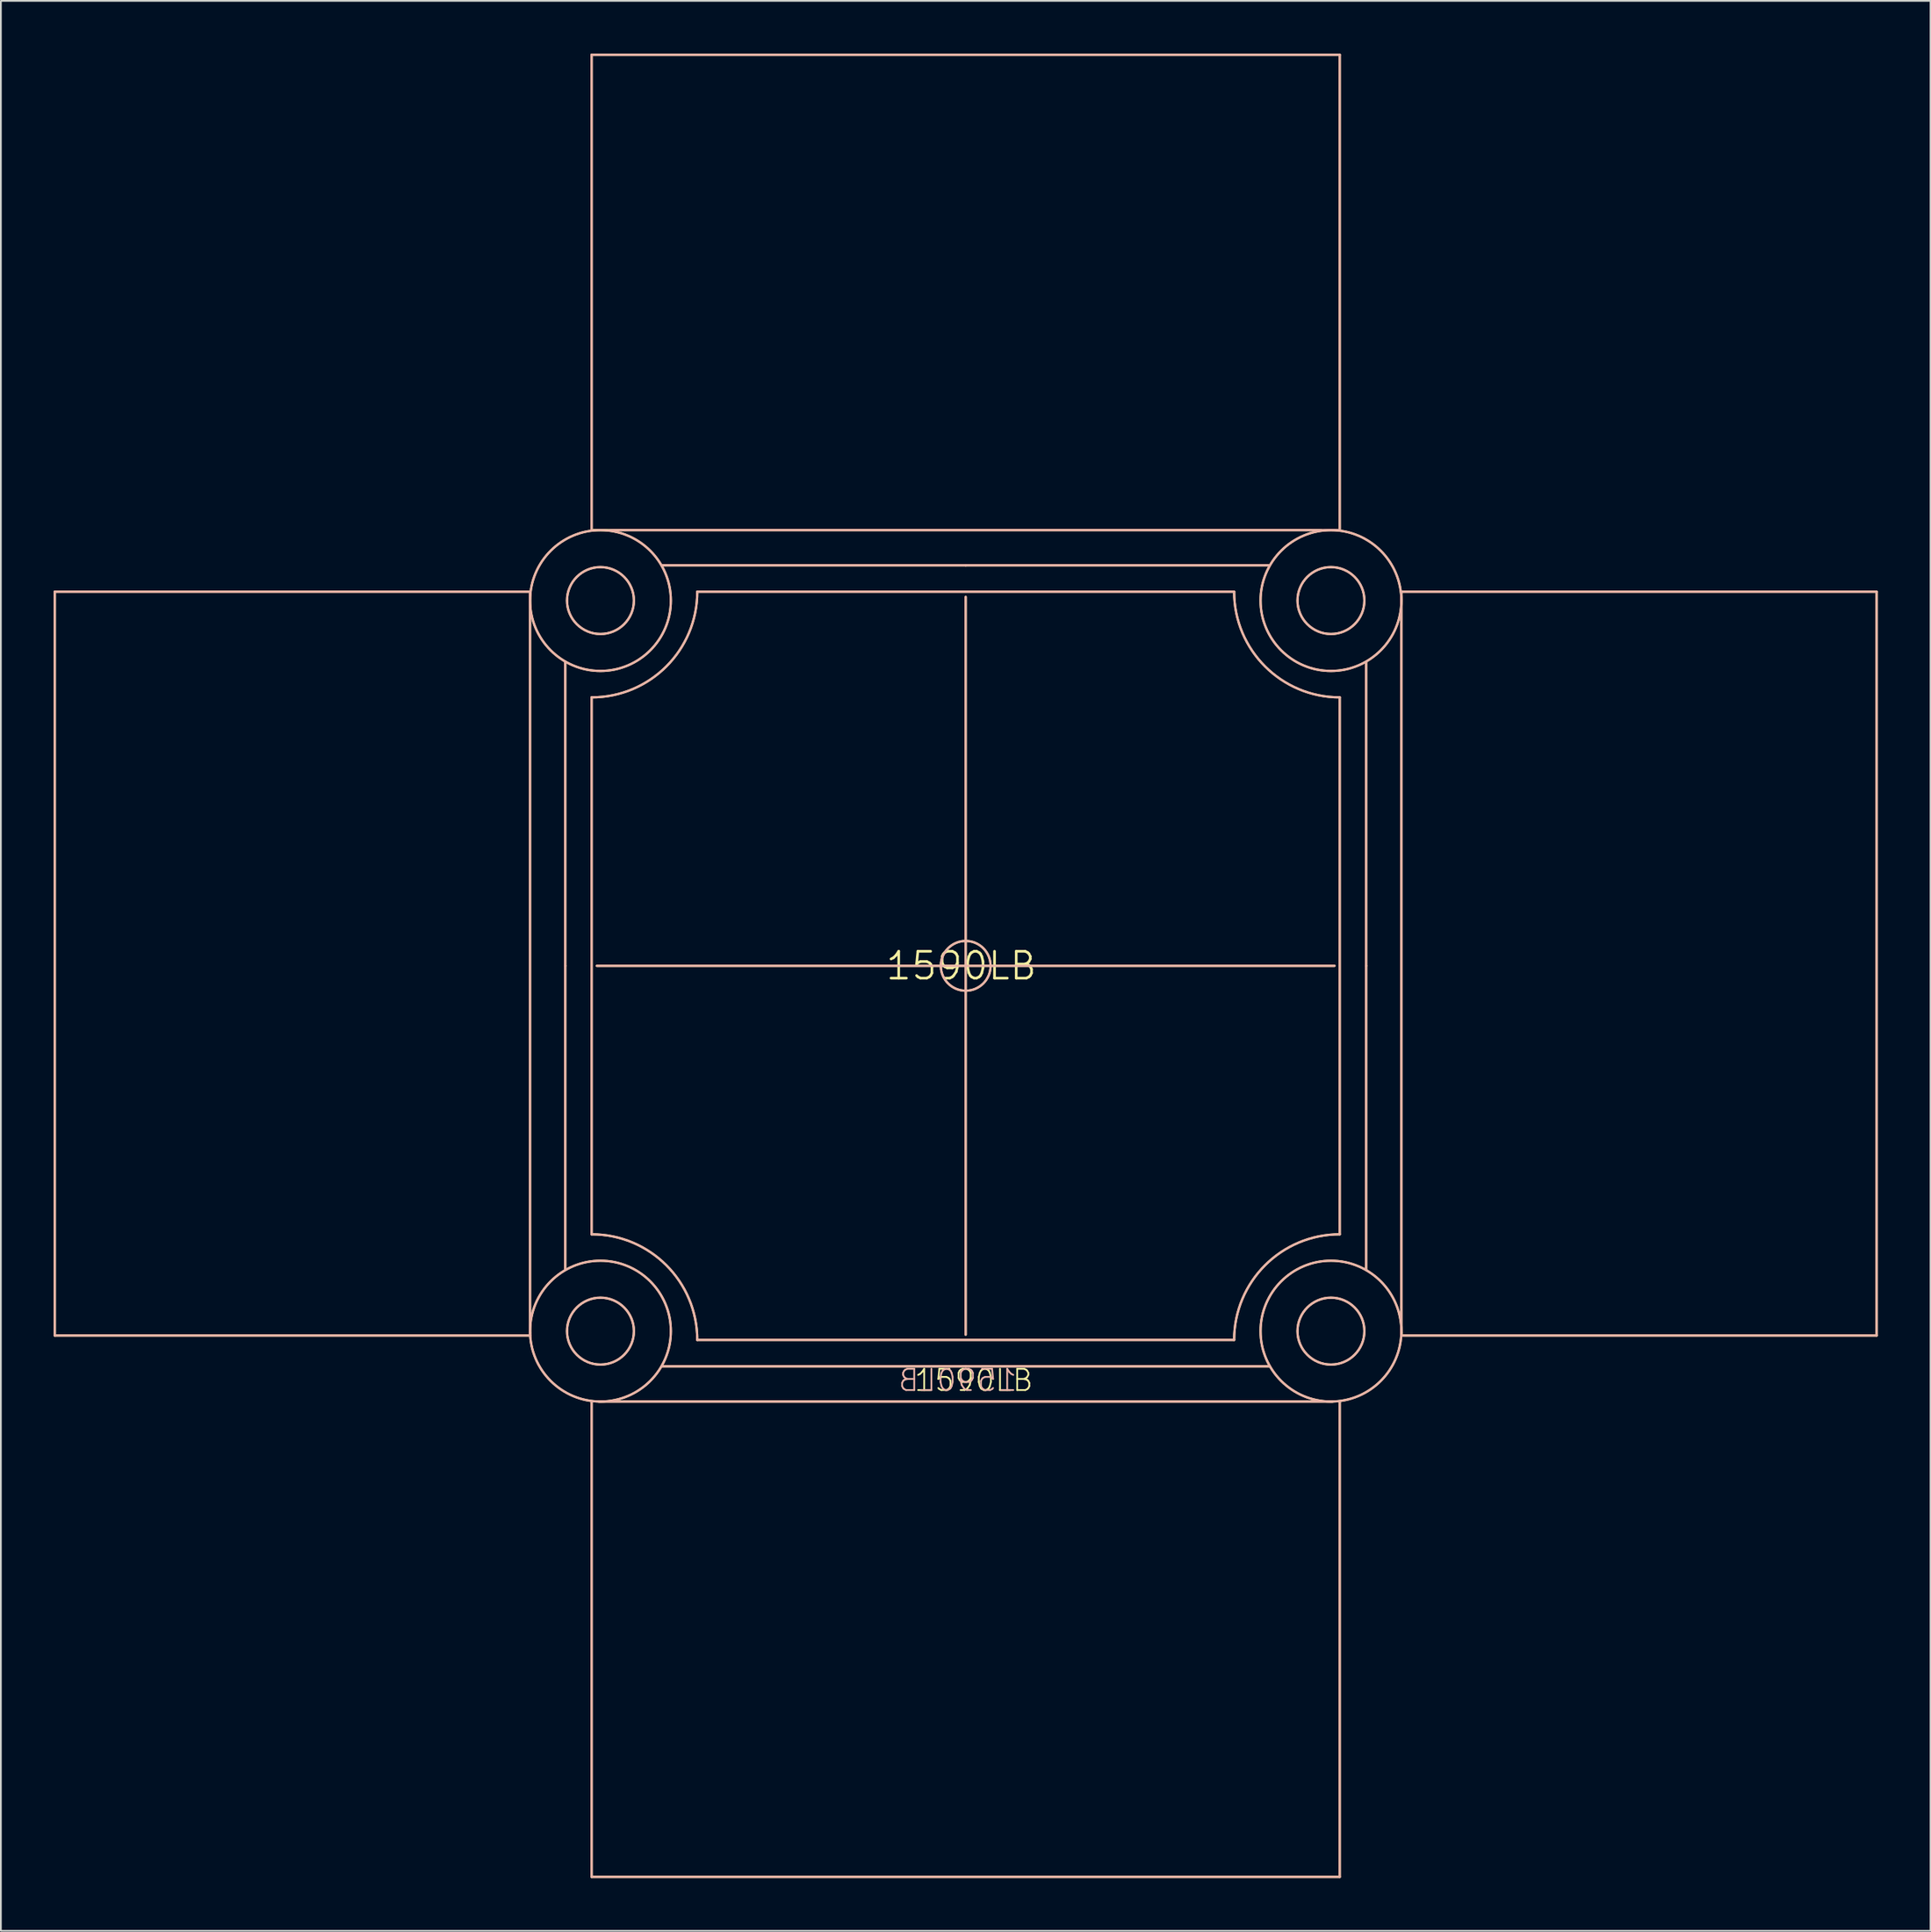
<source format=kicad_pcb>
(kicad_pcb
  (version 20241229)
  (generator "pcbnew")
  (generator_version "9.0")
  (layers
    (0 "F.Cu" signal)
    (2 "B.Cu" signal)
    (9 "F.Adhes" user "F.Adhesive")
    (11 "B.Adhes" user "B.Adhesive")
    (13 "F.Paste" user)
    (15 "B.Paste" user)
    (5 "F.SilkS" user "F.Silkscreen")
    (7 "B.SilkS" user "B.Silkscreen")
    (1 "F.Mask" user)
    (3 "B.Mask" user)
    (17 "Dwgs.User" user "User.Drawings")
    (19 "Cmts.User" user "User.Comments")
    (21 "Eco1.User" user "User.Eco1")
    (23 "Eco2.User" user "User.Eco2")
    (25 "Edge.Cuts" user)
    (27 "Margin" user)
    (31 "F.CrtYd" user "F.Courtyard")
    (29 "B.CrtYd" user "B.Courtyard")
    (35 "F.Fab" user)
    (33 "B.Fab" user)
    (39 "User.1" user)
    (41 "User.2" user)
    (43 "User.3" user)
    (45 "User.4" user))
  (footprint "1590LB"
    (layer "F.Cu")
    (at 51.563 51.813)
    (property "Reference" "1590LB" (at 0 0 0) (layer "F.SilkS") (effects (font (size 1.524 1.524) (thickness 0.15))))
    (attr through_hole)
    (fp_line (start -51.5 21) (end -51.5 -21.25) (stroke (width 0.127) (type solid)) (layer "F.SilkS"))
    (fp_line (start -24.5 -21.25) (end -51.5 -21.25) (stroke (width 0.127) (type solid)) (layer "F.SilkS"))
    (fp_line (start -24.5 20.845) (end -24.5 -21.25) (stroke (width 0.127) (type solid)) (layer "F.SilkS"))
    (fp_line (start -24.5 21) (end -51.5 21) (stroke (width 0.127) (type solid)) (layer "F.SilkS"))
    (fp_line (start -22.5 0) (end -22.5 -17.25) (stroke (width 0.127) (type solid)) (layer "F.SilkS"))
    (fp_line (start -22.5 17.25) (end -22.5 0) (stroke (width 0.127) (type solid)) (layer "F.SilkS"))
    (fp_line (start -21 -51.75) (end 21.5 -51.75) (stroke (width 0.127) (type solid)) (layer "F.SilkS"))
    (fp_line (start -21 -24.75) (end -21 -51.75) (stroke (width 0.127) (type solid)) (layer "F.SilkS"))
    (fp_line (start -21 -15.25) (end -21 15.25) (stroke (width 0.127) (type solid)) (layer "F.SilkS"))
    (fp_line (start -21 24.75) (end -21 51.75) (stroke (width 0.127) (type solid)) (layer "F.SilkS"))
    (fp_line (start -20.96 -24.75) (end 20.46 -24.75) (stroke (width 0.127) (type solid)) (layer "F.SilkS"))
    (fp_line (start -20.595 24.75) (end 21.095 24.75) (stroke (width 0.127) (type solid)) (layer "F.SilkS"))
    (fp_line (start -17 -22.75) (end 0.25 -22.75) (stroke (width 0.127) (type solid)) (layer "F.SilkS"))
    (fp_line (start -17 22.75) (end 0.25 22.75) (stroke (width 0.127) (type solid)) (layer "F.SilkS"))
    (fp_line (start -15 21.25) (end 15.5 21.25) (stroke (width 0.127) (type solid)) (layer "F.SilkS"))
    (fp_line (start 0.205 0) (end -20.705 0) (stroke (width 0.127) (type solid)) (layer "F.SilkS"))
    (fp_line (start 0.25 -22.75) (end 17.5 -22.75) (stroke (width 0.127) (type solid)) (layer "F.SilkS"))
    (fp_line (start 0.25 -0.045) (end 0.25 -20.955) (stroke (width 0.127) (type solid)) (layer "F.SilkS"))
    (fp_line (start 0.25 20.955) (end 0.25 0.045) (stroke (width 0.127) (type solid)) (layer "F.SilkS"))
    (fp_line (start 0.25 22.75) (end 17.5 22.75) (stroke (width 0.127) (type solid)) (layer "F.SilkS"))
    (fp_line (start 0.295 0) (end 21.205 0) (stroke (width 0.127) (type solid)) (layer "F.SilkS"))
    (fp_line (start 15.5 -21.25) (end -15 -21.25) (stroke (width 0.127) (type solid)) (layer "F.SilkS"))
    (fp_line (start 21.5 -24.75) (end 21.5 -51.75) (stroke (width 0.127) (type solid)) (layer "F.SilkS"))
    (fp_line (start 21.5 15.25) (end 21.5 -15.25) (stroke (width 0.127) (type solid)) (layer "F.SilkS"))
    (fp_line (start 21.5 24.75) (end 21.5 51.75) (stroke (width 0.127) (type solid)) (layer "F.SilkS"))
    (fp_line (start 21.5 51.75) (end -21 51.75) (stroke (width 0.127) (type solid)) (layer "F.SilkS"))
    (fp_line (start 23 0) (end 23 -17.25) (stroke (width 0.127) (type solid)) (layer "F.SilkS"))
    (fp_line (start 23 17.25) (end 23 0) (stroke (width 0.127) (type solid)) (layer "F.SilkS"))
    (fp_line (start 25 -21.25) (end 25 -21.21) (stroke (width 0.127) (type solid)) (layer "F.SilkS"))
    (fp_line (start 25 -21.25) (end 52 -21.25) (stroke (width 0.127) (type solid)) (layer "F.SilkS"))
    (fp_line (start 25 20.845) (end 25 21) (stroke (width 0.127) (type solid)) (layer "F.SilkS"))
    (fp_line (start 25 21) (end 25 -21.25) (stroke (width 0.127) (type solid)) (layer "F.SilkS"))
    (fp_line (start 25 21) (end 52 21) (stroke (width 0.127) (type solid)) (layer "F.SilkS"))
    (fp_line (start 52 -21.25) (end 52 21) (stroke (width 0.127) (type solid)) (layer "F.SilkS"))
    (fp_arc (start -21 15.25) (mid -16.757359 17.007359) (end -15 21.25) (stroke (width 0.127) (type solid)) (layer "F.SilkS"))
    (fp_arc (start -15 -21.25) (mid -16.757359 -17.007359) (end -21 -15.25) (stroke (width 0.127) (type solid)) (layer "F.SilkS"))
    (fp_arc (start 15.5 21.25) (mid 17.257359 17.007359) (end 21.5 15.25) (stroke (width 0.127) (type solid)) (layer "F.SilkS"))
    (fp_arc (start 21.5 -15.25) (mid 17.257359 -17.007359) (end 15.5 -21.25) (stroke (width 0.127) (type solid)) (layer "F.SilkS"))
    (fp_circle (center -20.5 -20.75) (end -18.6 -20.75) (stroke (width 0.127) (type solid)) (fill no) (layer "F.SilkS"))
    (fp_circle (center -20.5 -20.75) (end -16.5 -20.75) (stroke (width 0.127) (type solid)) (fill no) (layer "F.SilkS"))
    (fp_circle (center -20.5 20.75) (end -18.6 20.75) (stroke (width 0.127) (type solid)) (fill no) (layer "F.SilkS"))
    (fp_circle (center -20.5 20.75) (end -16.5 20.75) (stroke (width 0.127) (type solid)) (fill no) (layer "F.SilkS"))
    (fp_circle (center 0.25 0) (end 1.664 0) (stroke (width 0.127) (type solid)) (fill no) (layer "F.SilkS"))
    (fp_circle (center 21 -20.75) (end 22.9 -20.75) (stroke (width 0.127) (type solid)) (fill no) (layer "F.SilkS"))
    (fp_circle (center 21 -20.75) (end 25 -20.75) (stroke (width 0.127) (type solid)) (fill no) (layer "F.SilkS"))
    (fp_circle (center 21 20.75) (end 22.9 20.75) (stroke (width 0.127) (type solid)) (fill no) (layer "F.SilkS"))
    (fp_circle (center 21 20.75) (end 25 20.75) (stroke (width 0.127) (type solid)) (fill no) (layer "F.SilkS"))
    (fp_line (start -51.5 -21.25) (end -51.5 21) (stroke (width 0.127) (type solid)) (layer "B.SilkS"))
    (fp_line (start -24.5 -21.25) (end -51.5 -21.25) (stroke (width 0.127) (type solid)) (layer "B.SilkS"))
    (fp_line (start -24.5 -21.25) (end -24.5 -21.21) (stroke (width 0.127) (type solid)) (layer "B.SilkS"))
    (fp_line (start -24.5 20.845) (end -24.5 21) (stroke (width 0.127) (type solid)) (layer "B.SilkS"))
    (fp_line (start -24.5 21) (end -51.5 21) (stroke (width 0.127) (type solid)) (layer "B.SilkS"))
    (fp_line (start -24.5 21) (end -24.5 -21.25) (stroke (width 0.127) (type solid)) (layer "B.SilkS"))
    (fp_line (start -22.5 0) (end -22.5 -17.25) (stroke (width 0.127) (type solid)) (layer "B.SilkS"))
    (fp_line (start -22.5 17.25) (end -22.5 0) (stroke (width 0.127) (type solid)) (layer "B.SilkS"))
    (fp_line (start -21 -24.75) (end -21 -51.75) (stroke (width 0.127) (type solid)) (layer "B.SilkS"))
    (fp_line (start -21 15.25) (end -21 -15.25) (stroke (width 0.127) (type solid)) (layer "B.SilkS"))
    (fp_line (start -21 24.75) (end -21 51.75) (stroke (width 0.127) (type solid)) (layer "B.SilkS"))
    (fp_line (start -21 51.75) (end 21.5 51.75) (stroke (width 0.127) (type solid)) (layer "B.SilkS"))
    (fp_line (start -15 -21.25) (end 15.5 -21.25) (stroke (width 0.127) (type solid)) (layer "B.SilkS"))
    (fp_line (start 0.205 0) (end -20.705 0) (stroke (width 0.127) (type solid)) (layer "B.SilkS"))
    (fp_line (start 0.25 -22.75) (end -17 -22.75) (stroke (width 0.127) (type solid)) (layer "B.SilkS"))
    (fp_line (start 0.25 -0.045) (end 0.25 -20.955) (stroke (width 0.127) (type solid)) (layer "B.SilkS"))
    (fp_line (start 0.25 20.955) (end 0.25 0.045) (stroke (width 0.127) (type solid)) (layer "B.SilkS"))
    (fp_line (start 0.25 22.75) (end -17 22.75) (stroke (width 0.127) (type solid)) (layer "B.SilkS"))
    (fp_line (start 0.295 0) (end 21.205 0) (stroke (width 0.127) (type solid)) (layer "B.SilkS"))
    (fp_line (start 15.5 21.25) (end -15 21.25) (stroke (width 0.127) (type solid)) (layer "B.SilkS"))
    (fp_line (start 17.5 -22.75) (end 0.25 -22.75) (stroke (width 0.127) (type solid)) (layer "B.SilkS"))
    (fp_line (start 17.5 22.75) (end 0.25 22.75) (stroke (width 0.127) (type solid)) (layer "B.SilkS"))
    (fp_line (start 21.095 24.75) (end -20.595 24.75) (stroke (width 0.127) (type solid)) (layer "B.SilkS"))
    (fp_line (start 21.46 -24.75) (end -19.96 -24.75) (stroke (width 0.127) (type solid)) (layer "B.SilkS"))
    (fp_line (start 21.5 -51.75) (end -21 -51.75) (stroke (width 0.127) (type solid)) (layer "B.SilkS"))
    (fp_line (start 21.5 -24.75) (end 21.5 -51.75) (stroke (width 0.127) (type solid)) (layer "B.SilkS"))
    (fp_line (start 21.5 -15.25) (end 21.5 15.25) (stroke (width 0.127) (type solid)) (layer "B.SilkS"))
    (fp_line (start 21.5 24.75) (end 21.5 51.75) (stroke (width 0.127) (type solid)) (layer "B.SilkS"))
    (fp_line (start 23 0) (end 23 -17.25) (stroke (width 0.127) (type solid)) (layer "B.SilkS"))
    (fp_line (start 23 17.25) (end 23 0) (stroke (width 0.127) (type solid)) (layer "B.SilkS"))
    (fp_line (start 25 -21.25) (end 52 -21.25) (stroke (width 0.127) (type solid)) (layer "B.SilkS"))
    (fp_line (start 25 20.845) (end 25 -21.25) (stroke (width 0.127) (type solid)) (layer "B.SilkS"))
    (fp_line (start 25 21) (end 52 21) (stroke (width 0.127) (type solid)) (layer "B.SilkS"))
    (fp_line (start 52 21) (end 52 -21.25) (stroke (width 0.127) (type solid)) (layer "B.SilkS"))
    (fp_arc (start -21 15.25) (mid -16.757359 17.007359) (end -15 21.25) (stroke (width 0.127) (type solid)) (layer "B.SilkS"))
    (fp_arc (start -15 -21.25) (mid -16.757359 -17.007359) (end -21 -15.25) (stroke (width 0.127) (type solid)) (layer "B.SilkS"))
    (fp_arc (start 15.5 21.25) (mid 17.257359 17.007359) (end 21.5 15.25) (stroke (width 0.127) (type solid)) (layer "B.SilkS"))
    (fp_arc (start 21.5 -15.25) (mid 17.257359 -17.007359) (end 15.5 -21.25) (stroke (width 0.127) (type solid)) (layer "B.SilkS"))
    (fp_circle (center -20.5 -20.75) (end -18.6 -20.75) (stroke (width 0.127) (type solid)) (fill no) (layer "B.SilkS"))
    (fp_circle (center -20.5 -20.75) (end -16.5 -20.75) (stroke (width 0.127) (type solid)) (fill no) (layer "B.SilkS"))
    (fp_circle (center -20.5 20.75) (end -18.6 20.75) (stroke (width 0.127) (type solid)) (fill no) (layer "B.SilkS"))
    (fp_circle (center -20.5 20.75) (end -16.5 20.75) (stroke (width 0.127) (type solid)) (fill no) (layer "B.SilkS"))
    (fp_circle (center 0.25 0) (end 1.664 0) (stroke (width 0.127) (type solid)) (fill no) (layer "B.SilkS"))
    (fp_circle (center 21 -20.75) (end 22.9 -20.75) (stroke (width 0.127) (type solid)) (fill no) (layer "B.SilkS"))
    (fp_circle (center 21 -20.75) (end 25 -20.75) (stroke (width 0.127) (type solid)) (fill no) (layer "B.SilkS"))
    (fp_circle (center 21 20.75) (end 22.9 20.75) (stroke (width 0.127) (type solid)) (fill no) (layer "B.SilkS"))
    (fp_circle (center 21 20.75) (end 25 20.75) (stroke (width 0.127) (type solid)) (fill no) (layer "B.SilkS"))
    (fp_text user "1590LB" (at -2.75 24.25 0) (layer "F.SilkS") (effects (font (size 1.206 1.206) (thickness 0.102)) (justify left bottom)))
    (fp_text user "1590LB" (at 3.25 24.25 0) (layer "B.SilkS") (effects (font (size 1.206 1.206) (thickness 0.102)) (justify left bottom mirror))))
  (gr_rect
    (start -3 -3)
    (end 106.627 106.627)
    (stroke (width 0.1) (type default))
    (fill no)
    (layer "Edge.Cuts")))
</source>
